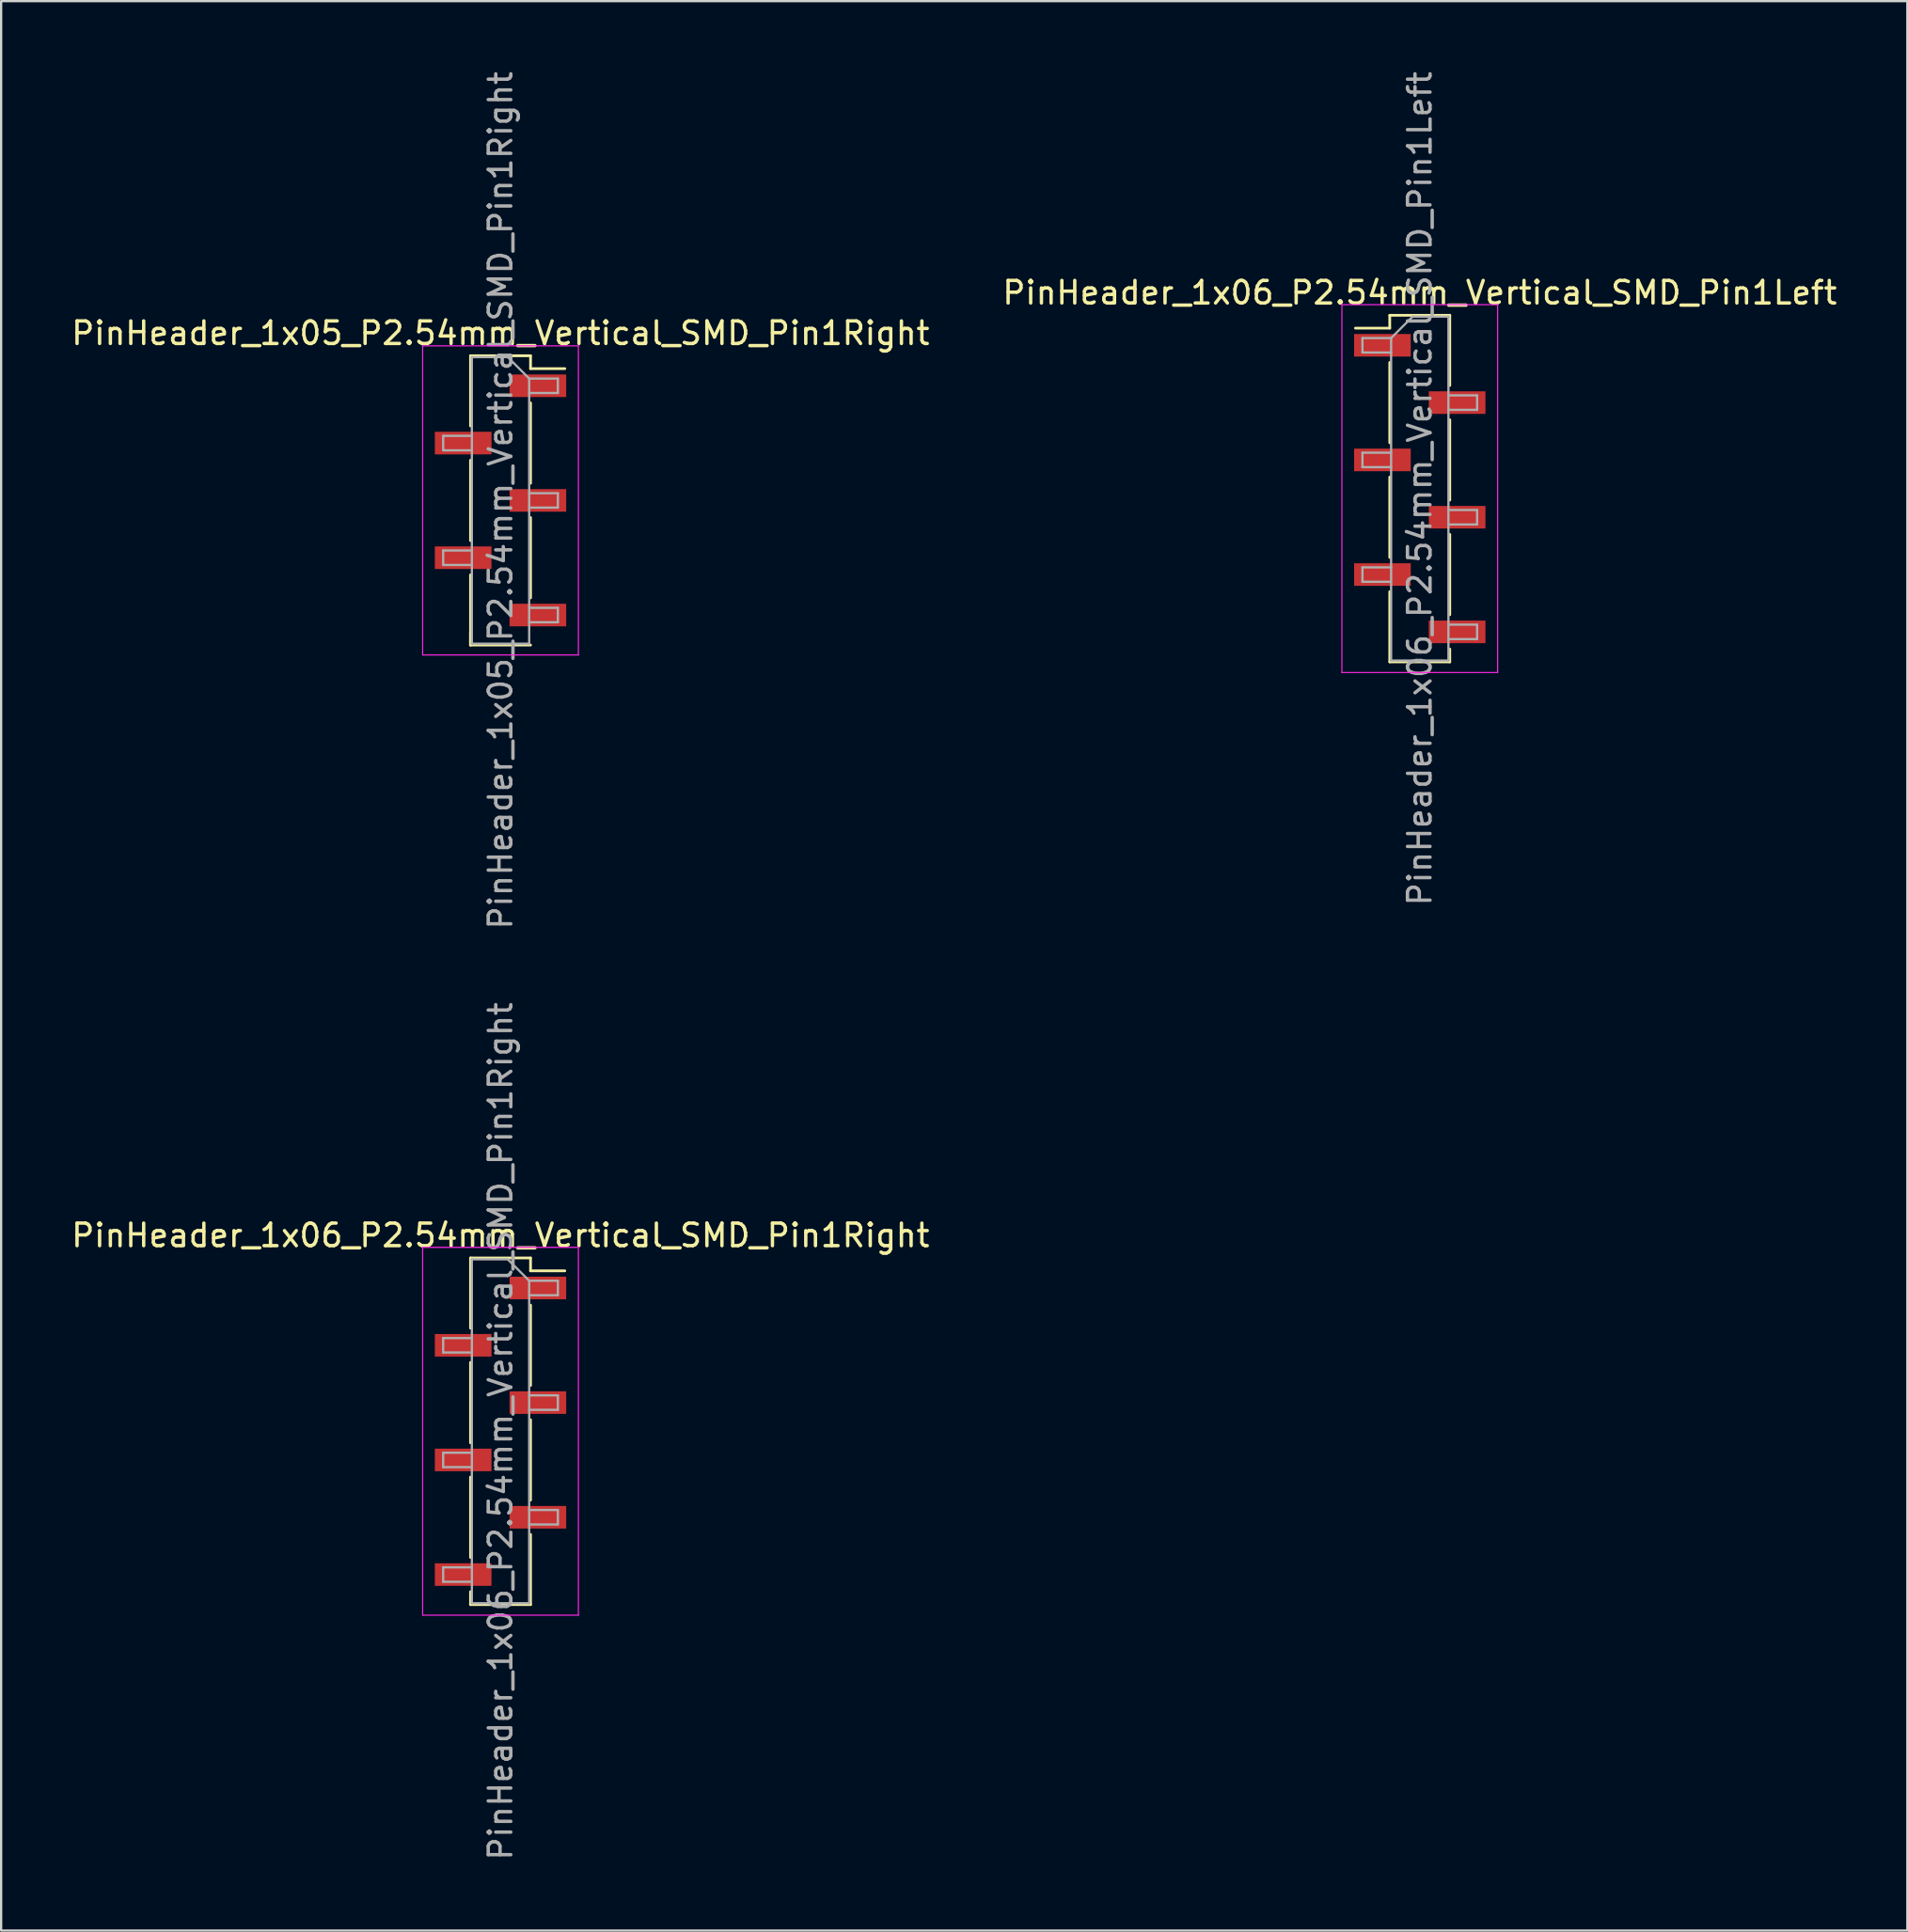
<source format=kicad_pcb>
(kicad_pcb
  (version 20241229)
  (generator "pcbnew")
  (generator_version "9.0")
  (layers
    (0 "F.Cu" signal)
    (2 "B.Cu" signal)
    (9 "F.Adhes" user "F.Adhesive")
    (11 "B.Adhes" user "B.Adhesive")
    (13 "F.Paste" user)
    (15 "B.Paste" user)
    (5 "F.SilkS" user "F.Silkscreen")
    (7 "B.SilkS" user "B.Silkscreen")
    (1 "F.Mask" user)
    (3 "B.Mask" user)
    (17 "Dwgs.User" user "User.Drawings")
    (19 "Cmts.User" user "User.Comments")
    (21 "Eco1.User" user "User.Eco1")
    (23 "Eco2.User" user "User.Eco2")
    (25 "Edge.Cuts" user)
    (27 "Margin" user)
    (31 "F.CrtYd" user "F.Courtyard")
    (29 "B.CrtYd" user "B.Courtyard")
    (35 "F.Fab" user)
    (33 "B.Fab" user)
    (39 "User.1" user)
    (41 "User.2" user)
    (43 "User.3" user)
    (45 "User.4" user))
  (footprint "PinHeader_1x06_P2.54mm_Vertical_SMD_Pin1Right"
    (layer "F.Cu")
    (at 19.125 60.375)
    (property "Reference" "PinHeader_1x06_P2.54mm_Vertical_SMD_Pin1Right" (at 0 -8.68 0) (layer "F.SilkS") (effects (font (size 1 1) (thickness 0.15))))
    (attr smd)
    (fp_line (start -1.33 -7.68) (end -1.33 -4.57) (stroke (width 0.12) (type solid)) (layer "F.SilkS"))
    (fp_line (start -1.33 -7.68) (end 1.33 -7.68) (stroke (width 0.12) (type solid)) (layer "F.SilkS"))
    (fp_line (start -1.33 -3.05) (end -1.33 0.51) (stroke (width 0.12) (type solid)) (layer "F.SilkS"))
    (fp_line (start -1.33 2.03) (end -1.33 5.59) (stroke (width 0.12) (type solid)) (layer "F.SilkS"))
    (fp_line (start -1.33 7.11) (end -1.33 7.68) (stroke (width 0.12) (type solid)) (layer "F.SilkS"))
    (fp_line (start -1.33 7.68) (end 1.33 7.68) (stroke (width 0.12) (type solid)) (layer "F.SilkS"))
    (fp_line (start 1.33 -7.68) (end 1.33 -7.11) (stroke (width 0.12) (type solid)) (layer "F.SilkS"))
    (fp_line (start 1.33 -7.11) (end 2.85 -7.11) (stroke (width 0.12) (type solid)) (layer "F.SilkS"))
    (fp_line (start 1.33 -5.59) (end 1.33 -2.03) (stroke (width 0.12) (type solid)) (layer "F.SilkS"))
    (fp_line (start 1.33 -0.51) (end 1.33 3.05) (stroke (width 0.12) (type solid)) (layer "F.SilkS"))
    (fp_line (start 1.33 4.57) (end 1.33 7.68) (stroke (width 0.12) (type solid)) (layer "F.SilkS"))
    (fp_line (start -3.45 -8.15) (end -3.45 8.15) (stroke (width 0.05) (type solid)) (layer "F.CrtYd"))
    (fp_line (start -3.45 8.15) (end 3.45 8.15) (stroke (width 0.05) (type solid)) (layer "F.CrtYd"))
    (fp_line (start 3.45 -8.15) (end -3.45 -8.15) (stroke (width 0.05) (type solid)) (layer "F.CrtYd"))
    (fp_line (start 3.45 8.15) (end 3.45 -8.15) (stroke (width 0.05) (type solid)) (layer "F.CrtYd"))
    (fp_line (start -2.54 -4.13) (end -2.54 -3.49) (stroke (width 0.1) (type solid)) (layer "F.Fab"))
    (fp_line (start -2.54 -3.49) (end -1.27 -3.49) (stroke (width 0.1) (type solid)) (layer "F.Fab"))
    (fp_line (start -2.54 0.95) (end -2.54 1.59) (stroke (width 0.1) (type solid)) (layer "F.Fab"))
    (fp_line (start -2.54 1.59) (end -1.27 1.59) (stroke (width 0.1) (type solid)) (layer "F.Fab"))
    (fp_line (start -2.54 6.03) (end -2.54 6.67) (stroke (width 0.1) (type solid)) (layer "F.Fab"))
    (fp_line (start -2.54 6.67) (end -1.27 6.67) (stroke (width 0.1) (type solid)) (layer "F.Fab"))
    (fp_line (start -1.27 -7.62) (end -1.27 7.62) (stroke (width 0.1) (type solid)) (layer "F.Fab"))
    (fp_line (start -1.27 -7.62) (end 0.32 -7.62) (stroke (width 0.1) (type solid)) (layer "F.Fab"))
    (fp_line (start -1.27 -4.13) (end -2.54 -4.13) (stroke (width 0.1) (type solid)) (layer "F.Fab"))
    (fp_line (start -1.27 0.95) (end -2.54 0.95) (stroke (width 0.1) (type solid)) (layer "F.Fab"))
    (fp_line (start -1.27 6.03) (end -2.54 6.03) (stroke (width 0.1) (type solid)) (layer "F.Fab"))
    (fp_line (start 1.27 -6.67) (end 0.32 -7.62) (stroke (width 0.1) (type solid)) (layer "F.Fab"))
    (fp_line (start 1.27 -6.67) (end 2.54 -6.67) (stroke (width 0.1) (type solid)) (layer "F.Fab"))
    (fp_line (start 1.27 -1.59) (end 2.54 -1.59) (stroke (width 0.1) (type solid)) (layer "F.Fab"))
    (fp_line (start 1.27 3.49) (end 2.54 3.49) (stroke (width 0.1) (type solid)) (layer "F.Fab"))
    (fp_line (start 1.27 7.62) (end -1.27 7.62) (stroke (width 0.1) (type solid)) (layer "F.Fab"))
    (fp_line (start 1.27 7.62) (end 1.27 -6.67) (stroke (width 0.1) (type solid)) (layer "F.Fab"))
    (fp_line (start 2.54 -6.67) (end 2.54 -6.03) (stroke (width 0.1) (type solid)) (layer "F.Fab"))
    (fp_line (start 2.54 -6.03) (end 1.27 -6.03) (stroke (width 0.1) (type solid)) (layer "F.Fab"))
    (fp_line (start 2.54 -1.59) (end 2.54 -0.95) (stroke (width 0.1) (type solid)) (layer "F.Fab"))
    (fp_line (start 2.54 -0.95) (end 1.27 -0.95) (stroke (width 0.1) (type solid)) (layer "F.Fab"))
    (fp_line (start 2.54 3.49) (end 2.54 4.13) (stroke (width 0.1) (type solid)) (layer "F.Fab"))
    (fp_line (start 2.54 4.13) (end 1.27 4.13) (stroke (width 0.1) (type solid)) (layer "F.Fab"))
    (fp_text user "${REFERENCE}" (at 0 0 90) (layer "F.Fab") (effects (font (size 1 1) (thickness 0.15))))
    (pad "1" smd rect (at 1.655 -6.35) (size 2.51 1) (layers "F.Cu" "F.Mask" "F.Paste"))
    (pad "2" smd rect (at -1.655 -3.81) (size 2.51 1) (layers "F.Cu" "F.Mask" "F.Paste"))
    (pad "3" smd rect (at 1.655 -1.27) (size 2.51 1) (layers "F.Cu" "F.Mask" "F.Paste"))
    (pad "4" smd rect (at -1.655 1.27) (size 2.51 1) (layers "F.Cu" "F.Mask" "F.Paste"))
    (pad "5" smd rect (at 1.655 3.81) (size 2.51 1) (layers "F.Cu" "F.Mask" "F.Paste"))
    (pad "6" smd rect (at -1.655 6.35) (size 2.51 1) (layers "F.Cu" "F.Mask" "F.Paste")))
  (footprint "PinHeader_1x06_P2.54mm_Vertical_SMD_Pin1Left"
    (layer "F.Cu")
    (at 59.851 18.601)
    (property "Reference" "PinHeader_1x06_P2.54mm_Vertical_SMD_Pin1Left" (at 0 -8.68 0) (layer "F.SilkS") (effects (font (size 1 1) (thickness 0.15))))
    (attr smd)
    (fp_line (start -1.33 -7.68) (end -1.33 -7.11) (stroke (width 0.12) (type solid)) (layer "F.SilkS"))
    (fp_line (start -1.33 -7.68) (end 1.33 -7.68) (stroke (width 0.12) (type solid)) (layer "F.SilkS"))
    (fp_line (start -1.33 -7.11) (end -2.85 -7.11) (stroke (width 0.12) (type solid)) (layer "F.SilkS"))
    (fp_line (start -1.33 -5.59) (end -1.33 -2.03) (stroke (width 0.12) (type solid)) (layer "F.SilkS"))
    (fp_line (start -1.33 -0.51) (end -1.33 3.05) (stroke (width 0.12) (type solid)) (layer "F.SilkS"))
    (fp_line (start -1.33 4.57) (end -1.33 7.68) (stroke (width 0.12) (type solid)) (layer "F.SilkS"))
    (fp_line (start -1.33 7.68) (end 1.33 7.68) (stroke (width 0.12) (type solid)) (layer "F.SilkS"))
    (fp_line (start 1.33 -7.68) (end 1.33 -4.57) (stroke (width 0.12) (type solid)) (layer "F.SilkS"))
    (fp_line (start 1.33 -3.05) (end 1.33 0.51) (stroke (width 0.12) (type solid)) (layer "F.SilkS"))
    (fp_line (start 1.33 2.03) (end 1.33 5.59) (stroke (width 0.12) (type solid)) (layer "F.SilkS"))
    (fp_line (start 1.33 7.11) (end 1.33 7.68) (stroke (width 0.12) (type solid)) (layer "F.SilkS"))
    (fp_line (start -3.45 -8.15) (end -3.45 8.15) (stroke (width 0.05) (type solid)) (layer "F.CrtYd"))
    (fp_line (start -3.45 8.15) (end 3.45 8.15) (stroke (width 0.05) (type solid)) (layer "F.CrtYd"))
    (fp_line (start 3.45 -8.15) (end -3.45 -8.15) (stroke (width 0.05) (type solid)) (layer "F.CrtYd"))
    (fp_line (start 3.45 8.15) (end 3.45 -8.15) (stroke (width 0.05) (type solid)) (layer "F.CrtYd"))
    (fp_line (start -2.54 -6.67) (end -2.54 -6.03) (stroke (width 0.1) (type solid)) (layer "F.Fab"))
    (fp_line (start -2.54 -6.03) (end -1.27 -6.03) (stroke (width 0.1) (type solid)) (layer "F.Fab"))
    (fp_line (start -2.54 -1.59) (end -2.54 -0.95) (stroke (width 0.1) (type solid)) (layer "F.Fab"))
    (fp_line (start -2.54 -0.95) (end -1.27 -0.95) (stroke (width 0.1) (type solid)) (layer "F.Fab"))
    (fp_line (start -2.54 3.49) (end -2.54 4.13) (stroke (width 0.1) (type solid)) (layer "F.Fab"))
    (fp_line (start -2.54 4.13) (end -1.27 4.13) (stroke (width 0.1) (type solid)) (layer "F.Fab"))
    (fp_line (start -1.27 -6.67) (end -2.54 -6.67) (stroke (width 0.1) (type solid)) (layer "F.Fab"))
    (fp_line (start -1.27 -6.67) (end -0.32 -7.62) (stroke (width 0.1) (type solid)) (layer "F.Fab"))
    (fp_line (start -1.27 -1.59) (end -2.54 -1.59) (stroke (width 0.1) (type solid)) (layer "F.Fab"))
    (fp_line (start -1.27 3.49) (end -2.54 3.49) (stroke (width 0.1) (type solid)) (layer "F.Fab"))
    (fp_line (start -1.27 7.62) (end -1.27 -6.67) (stroke (width 0.1) (type solid)) (layer "F.Fab"))
    (fp_line (start -0.32 -7.62) (end 1.27 -7.62) (stroke (width 0.1) (type solid)) (layer "F.Fab"))
    (fp_line (start 1.27 -7.62) (end 1.27 7.62) (stroke (width 0.1) (type solid)) (layer "F.Fab"))
    (fp_line (start 1.27 -4.13) (end 2.54 -4.13) (stroke (width 0.1) (type solid)) (layer "F.Fab"))
    (fp_line (start 1.27 0.95) (end 2.54 0.95) (stroke (width 0.1) (type solid)) (layer "F.Fab"))
    (fp_line (start 1.27 6.03) (end 2.54 6.03) (stroke (width 0.1) (type solid)) (layer "F.Fab"))
    (fp_line (start 1.27 7.62) (end -1.27 7.62) (stroke (width 0.1) (type solid)) (layer "F.Fab"))
    (fp_line (start 2.54 -4.13) (end 2.54 -3.49) (stroke (width 0.1) (type solid)) (layer "F.Fab"))
    (fp_line (start 2.54 -3.49) (end 1.27 -3.49) (stroke (width 0.1) (type solid)) (layer "F.Fab"))
    (fp_line (start 2.54 0.95) (end 2.54 1.59) (stroke (width 0.1) (type solid)) (layer "F.Fab"))
    (fp_line (start 2.54 1.59) (end 1.27 1.59) (stroke (width 0.1) (type solid)) (layer "F.Fab"))
    (fp_line (start 2.54 6.03) (end 2.54 6.67) (stroke (width 0.1) (type solid)) (layer "F.Fab"))
    (fp_line (start 2.54 6.67) (end 1.27 6.67) (stroke (width 0.1) (type solid)) (layer "F.Fab"))
    (fp_text user "${REFERENCE}" (at 0 0 90) (layer "F.Fab") (effects (font (size 1 1) (thickness 0.15))))
    (pad "1" smd rect (at -1.655 -6.35) (size 2.51 1) (layers "F.Cu" "F.Mask" "F.Paste"))
    (pad "2" smd rect (at 1.655 -3.81) (size 2.51 1) (layers "F.Cu" "F.Mask" "F.Paste"))
    (pad "3" smd rect (at -1.655 -1.27) (size 2.51 1) (layers "F.Cu" "F.Mask" "F.Paste"))
    (pad "4" smd rect (at 1.655 1.27) (size 2.51 1) (layers "F.Cu" "F.Mask" "F.Paste"))
    (pad "5" smd rect (at -1.655 3.81) (size 2.51 1) (layers "F.Cu" "F.Mask" "F.Paste"))
    (pad "6" smd rect (at 1.655 6.35) (size 2.51 1) (layers "F.Cu" "F.Mask" "F.Paste")))
  (footprint "PinHeader_1x05_P2.54mm_Vertical_SMD_Pin1Right"
    (layer "F.Cu")
    (at 19.125 19.125)
    (property "Reference" "PinHeader_1x05_P2.54mm_Vertical_SMD_Pin1Right" (at 0 -7.41 0) (layer "F.SilkS") (effects (font (size 1 1) (thickness 0.15))))
    (attr smd)
    (fp_line (start -1.33 -6.41) (end -1.33 -3.3) (stroke (width 0.12) (type solid)) (layer "F.SilkS"))
    (fp_line (start -1.33 -6.41) (end 1.33 -6.41) (stroke (width 0.12) (type solid)) (layer "F.SilkS"))
    (fp_line (start -1.33 -1.78) (end -1.33 1.78) (stroke (width 0.12) (type solid)) (layer "F.SilkS"))
    (fp_line (start -1.33 3.3) (end -1.33 6.41) (stroke (width 0.12) (type solid)) (layer "F.SilkS"))
    (fp_line (start -1.33 5.84) (end -1.33 6.41) (stroke (width 0.12) (type solid)) (layer "F.SilkS"))
    (fp_line (start -1.33 6.41) (end 1.33 6.41) (stroke (width 0.12) (type solid)) (layer "F.SilkS"))
    (fp_line (start 1.33 -6.41) (end 1.33 -5.84) (stroke (width 0.12) (type solid)) (layer "F.SilkS"))
    (fp_line (start 1.33 -5.84) (end 2.85 -5.84) (stroke (width 0.12) (type solid)) (layer "F.SilkS"))
    (fp_line (start 1.33 -4.32) (end 1.33 -0.76) (stroke (width 0.12) (type solid)) (layer "F.SilkS"))
    (fp_line (start 1.33 0.76) (end 1.33 4.32) (stroke (width 0.12) (type solid)) (layer "F.SilkS"))
    (fp_line (start -3.45 -6.85) (end -3.45 6.85) (stroke (width 0.05) (type solid)) (layer "F.CrtYd"))
    (fp_line (start -3.45 6.85) (end 3.45 6.85) (stroke (width 0.05) (type solid)) (layer "F.CrtYd"))
    (fp_line (start 3.45 -6.85) (end -3.45 -6.85) (stroke (width 0.05) (type solid)) (layer "F.CrtYd"))
    (fp_line (start 3.45 6.85) (end 3.45 -6.85) (stroke (width 0.05) (type solid)) (layer "F.CrtYd"))
    (fp_line (start -2.54 -2.86) (end -2.54 -2.22) (stroke (width 0.1) (type solid)) (layer "F.Fab"))
    (fp_line (start -2.54 -2.22) (end -1.27 -2.22) (stroke (width 0.1) (type solid)) (layer "F.Fab"))
    (fp_line (start -2.54 2.22) (end -2.54 2.86) (stroke (width 0.1) (type solid)) (layer "F.Fab"))
    (fp_line (start -2.54 2.86) (end -1.27 2.86) (stroke (width 0.1) (type solid)) (layer "F.Fab"))
    (fp_line (start -1.27 -6.35) (end -1.27 6.35) (stroke (width 0.1) (type solid)) (layer "F.Fab"))
    (fp_line (start -1.27 -6.35) (end 0.32 -6.35) (stroke (width 0.1) (type solid)) (layer "F.Fab"))
    (fp_line (start -1.27 -2.86) (end -2.54 -2.86) (stroke (width 0.1) (type solid)) (layer "F.Fab"))
    (fp_line (start -1.27 2.22) (end -2.54 2.22) (stroke (width 0.1) (type solid)) (layer "F.Fab"))
    (fp_line (start 1.27 -5.4) (end 0.32 -6.35) (stroke (width 0.1) (type solid)) (layer "F.Fab"))
    (fp_line (start 1.27 -5.4) (end 2.54 -5.4) (stroke (width 0.1) (type solid)) (layer "F.Fab"))
    (fp_line (start 1.27 -0.32) (end 2.54 -0.32) (stroke (width 0.1) (type solid)) (layer "F.Fab"))
    (fp_line (start 1.27 4.76) (end 2.54 4.76) (stroke (width 0.1) (type solid)) (layer "F.Fab"))
    (fp_line (start 1.27 6.35) (end -1.27 6.35) (stroke (width 0.1) (type solid)) (layer "F.Fab"))
    (fp_line (start 1.27 6.35) (end 1.27 -5.4) (stroke (width 0.1) (type solid)) (layer "F.Fab"))
    (fp_line (start 2.54 -5.4) (end 2.54 -4.76) (stroke (width 0.1) (type solid)) (layer "F.Fab"))
    (fp_line (start 2.54 -4.76) (end 1.27 -4.76) (stroke (width 0.1) (type solid)) (layer "F.Fab"))
    (fp_line (start 2.54 -0.32) (end 2.54 0.32) (stroke (width 0.1) (type solid)) (layer "F.Fab"))
    (fp_line (start 2.54 0.32) (end 1.27 0.32) (stroke (width 0.1) (type solid)) (layer "F.Fab"))
    (fp_line (start 2.54 4.76) (end 2.54 5.4) (stroke (width 0.1) (type solid)) (layer "F.Fab"))
    (fp_line (start 2.54 5.4) (end 1.27 5.4) (stroke (width 0.1) (type solid)) (layer "F.Fab"))
    (fp_text user "${REFERENCE}" (at 0 0 90) (layer "F.Fab") (effects (font (size 1 1) (thickness 0.15))))
    (pad "1" smd rect (at 1.655 -5.08) (size 2.51 1) (layers "F.Cu" "F.Mask" "F.Paste"))
    (pad "2" smd rect (at -1.655 -2.54) (size 2.51 1) (layers "F.Cu" "F.Mask" "F.Paste"))
    (pad "3" smd rect (at 1.655 0) (size 2.51 1) (layers "F.Cu" "F.Mask" "F.Paste"))
    (pad "4" smd rect (at -1.655 2.54) (size 2.51 1) (layers "F.Cu" "F.Mask" "F.Paste"))
    (pad "5" smd rect (at 1.655 5.08) (size 2.51 1) (layers "F.Cu" "F.Mask" "F.Paste")))
  (gr_rect
    (start -3 -3)
    (end 81.452 82.5)
    (stroke (width 0.1) (type default))
    (fill no)
    (layer "Edge.Cuts")))
</source>
